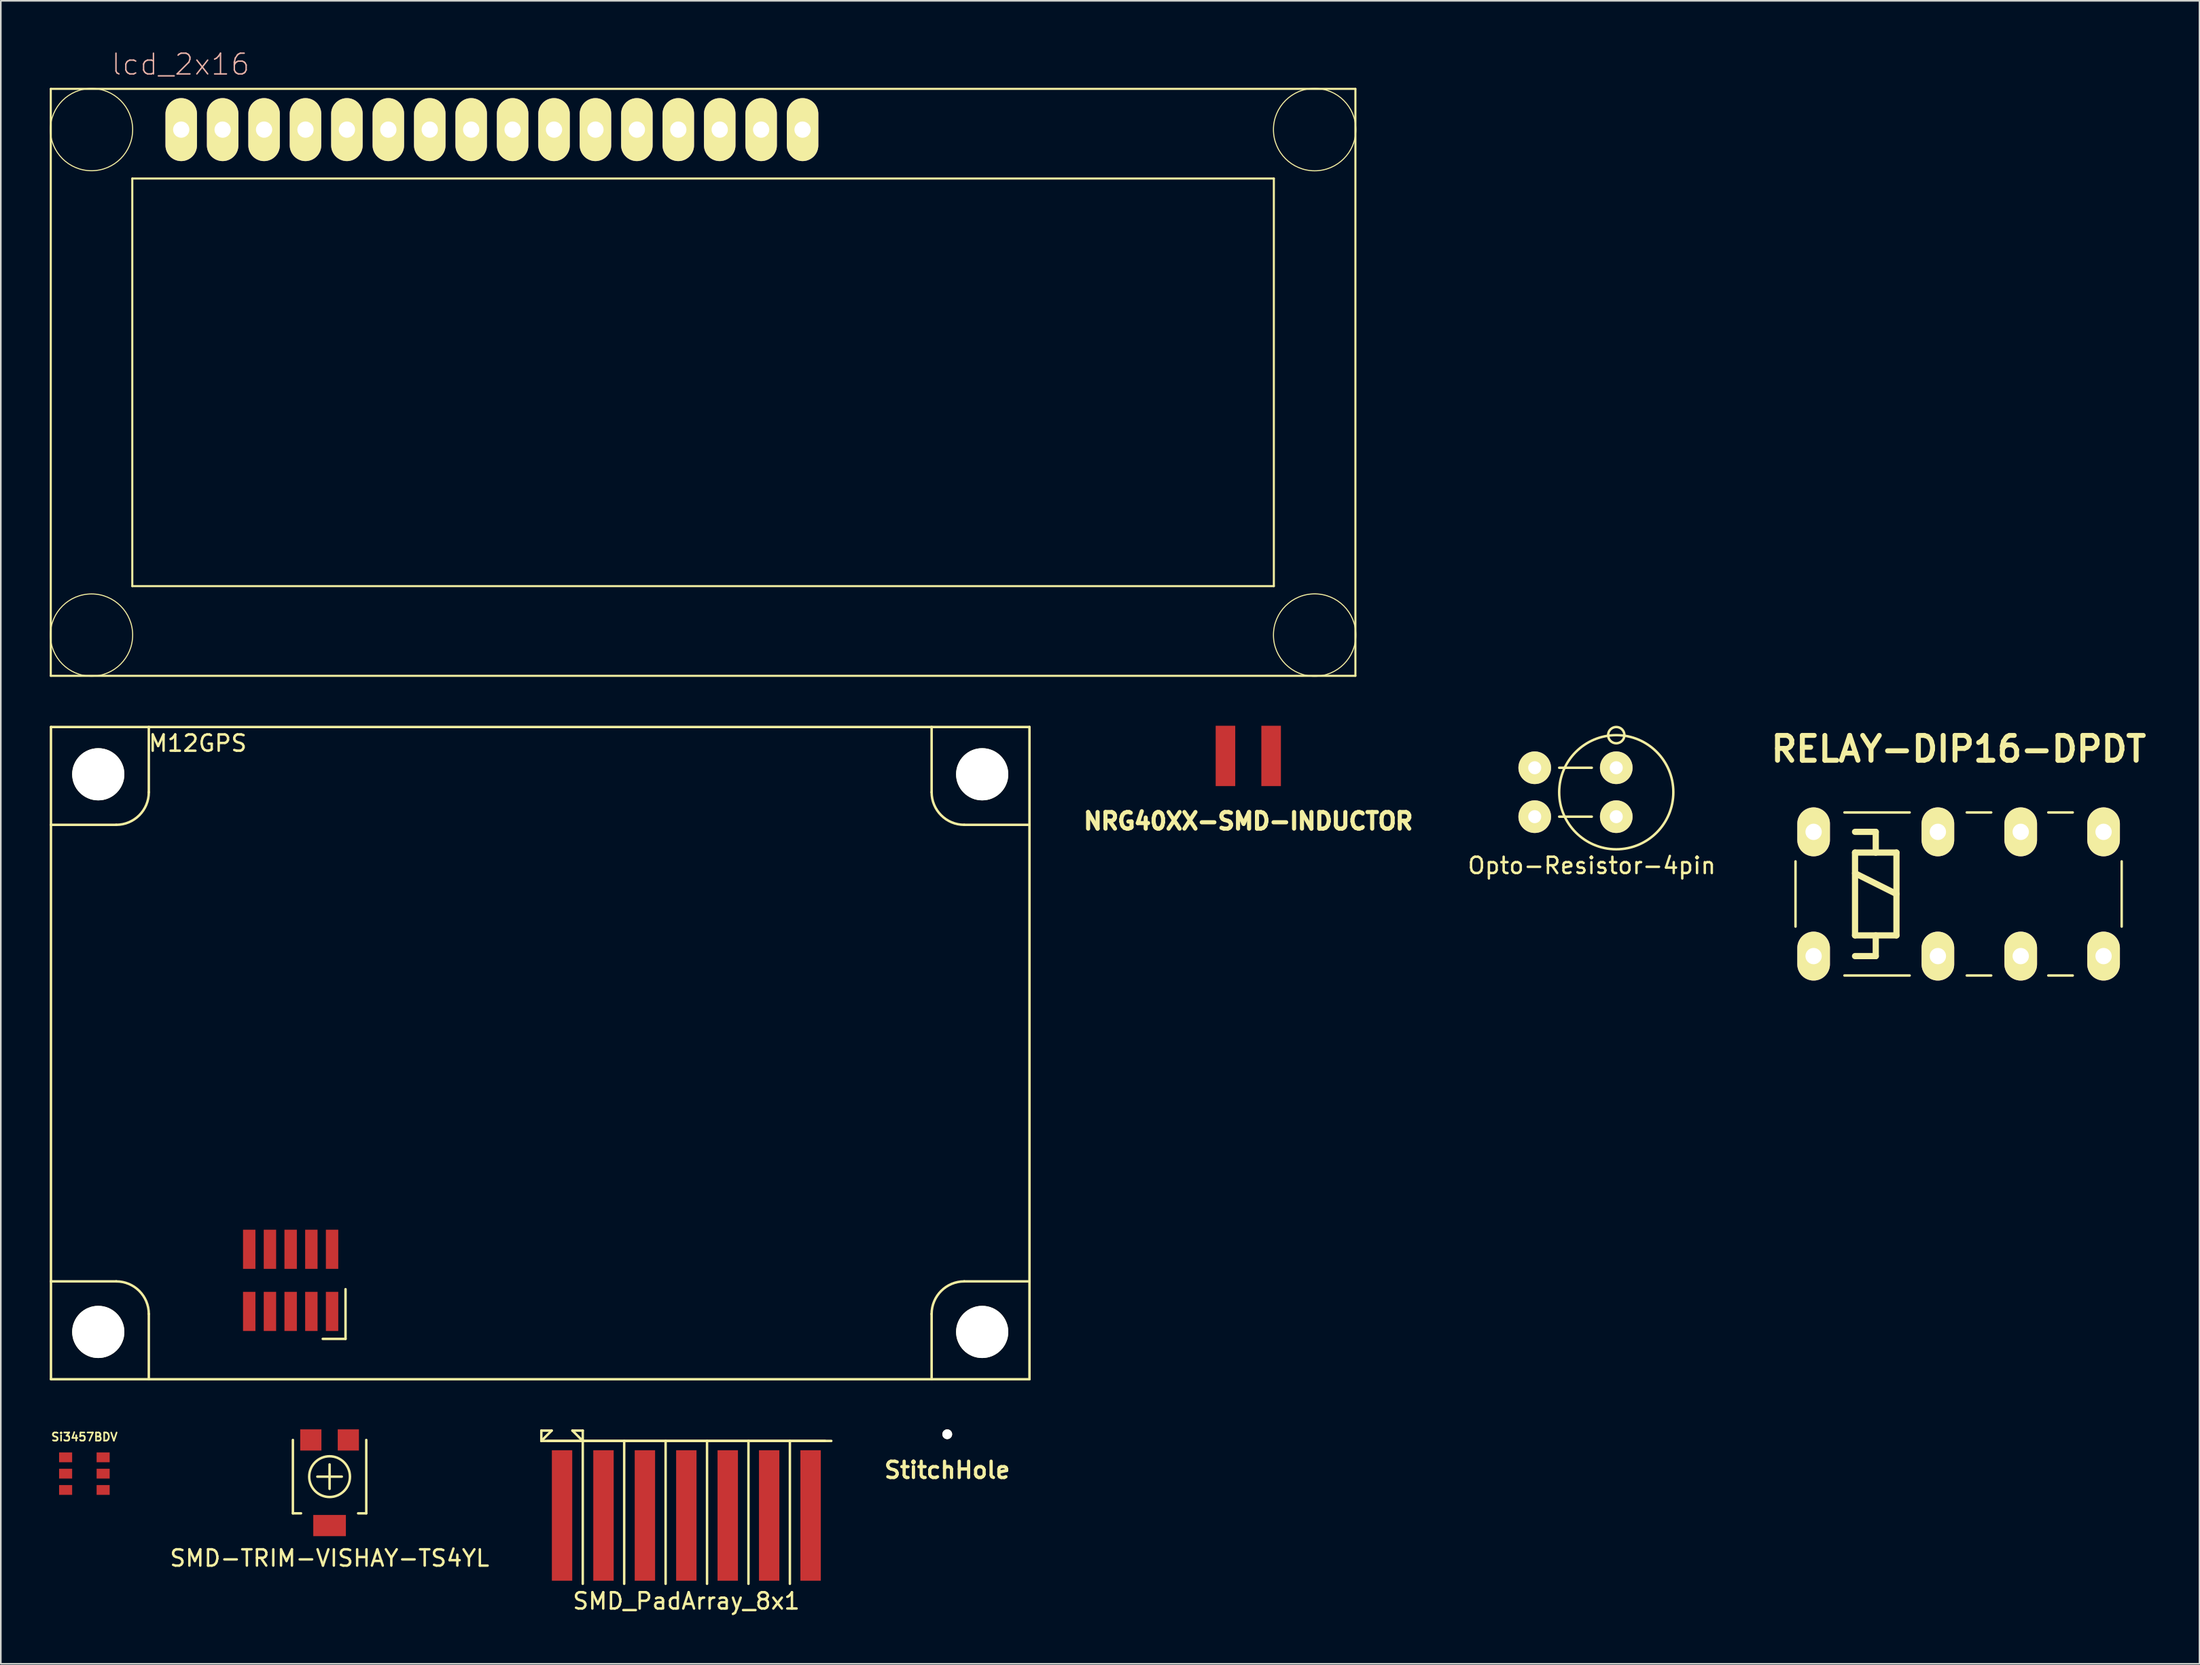
<source format=kicad_pcb>
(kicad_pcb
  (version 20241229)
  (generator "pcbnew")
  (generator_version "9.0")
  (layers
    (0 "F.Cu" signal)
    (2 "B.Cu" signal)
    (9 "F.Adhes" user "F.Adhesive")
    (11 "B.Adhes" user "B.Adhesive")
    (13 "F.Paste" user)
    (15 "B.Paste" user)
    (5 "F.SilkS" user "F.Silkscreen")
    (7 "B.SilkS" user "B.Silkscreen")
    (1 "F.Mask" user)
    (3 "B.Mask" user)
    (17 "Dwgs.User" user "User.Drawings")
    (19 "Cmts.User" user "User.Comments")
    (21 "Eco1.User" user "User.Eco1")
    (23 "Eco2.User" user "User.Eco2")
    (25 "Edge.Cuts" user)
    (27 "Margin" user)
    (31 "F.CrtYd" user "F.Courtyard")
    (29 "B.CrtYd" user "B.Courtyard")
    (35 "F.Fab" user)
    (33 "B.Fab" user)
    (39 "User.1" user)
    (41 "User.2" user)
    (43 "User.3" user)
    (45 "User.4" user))
  (footprint "SMD-TRIM-VISHAY-TS4YL"
    (layer "F.Cu")
    (at 17.159 87.51)
    (property "Reference" "SMD-TRIM-VISHAY-TS4YL" (at 0 5 0) (layer "F.SilkS") (effects (font (size 1 1) (thickness 0.15))))
    (attr through_hole)
    (fp_line (start -2.25 2.25) (end -2.25 -2.25) (stroke (width 0.15) (type solid)) (layer "F.SilkS"))
    (fp_line (start -1.75 2.25) (end -2.25 2.25) (stroke (width 0.15) (type solid)) (layer "F.SilkS"))
    (fp_line (start 0 -0.75) (end 0 0.75) (stroke (width 0.15) (type solid)) (layer "F.SilkS"))
    (fp_line (start 0.75 0) (end -0.75 0) (stroke (width 0.15) (type solid)) (layer "F.SilkS"))
    (fp_line (start 2.25 -2.25) (end 2.25 2.25) (stroke (width 0.15) (type solid)) (layer "F.SilkS"))
    (fp_line (start 2.25 2.25) (end 1.75 2.25) (stroke (width 0.15) (type solid)) (layer "F.SilkS"))
    (fp_circle (center 0 0) (end 1.25 0) (stroke (width 0.15) (type solid)) (fill no) (layer "F.SilkS"))
    (pad "1" smd rect (at -1.15 -2.25) (size 1.3 1.3) (layers "F.Cu" "F.Mask" "F.Paste"))
    (pad "2" smd rect (at 0 3) (size 2 1.3) (layers "F.Cu" "F.Mask" "F.Paste"))
    (pad "3" smd rect (at 1.15 -2.25) (size 1.3 1.3) (layers "F.Cu" "F.Mask" "F.Paste")))
  (footprint "SMD_PadArray_8x1"
    (layer "F.Cu")
    (at 39.034 89.892)
    (property "Reference" "SMD_PadArray_8x1" (at 0 5.25 0) (layer "F.SilkS") (effects (font (size 1 1) (thickness 0.15))))
    (attr through_hole)
    (fp_line (start -8.89 -5.207) (end -8.255 -5.207) (stroke (width 0.15) (type solid)) (layer "F.SilkS"))
    (fp_line (start -8.89 -4.572) (end -8.89 -5.207) (stroke (width 0.15) (type solid)) (layer "F.SilkS"))
    (fp_line (start -8.89 -4.572) (end -8.255 -5.207) (stroke (width 0.15) (type solid)) (layer "F.SilkS"))
    (fp_line (start -8.89 -4.572) (end 8.89 -4.572) (stroke (width 0.15) (type solid)) (layer "F.SilkS"))
    (fp_line (start -6.35 -5.207) (end -6.985 -5.207) (stroke (width 0.15) (type solid)) (layer "F.SilkS"))
    (fp_line (start -6.35 -4.572) (end -6.985 -5.207) (stroke (width 0.15) (type solid)) (layer "F.SilkS"))
    (fp_line (start -6.35 -4.572) (end -6.35 -5.207) (stroke (width 0.15) (type solid)) (layer "F.SilkS"))
    (fp_line (start -6.35 4.191) (end -6.35 -4.572) (stroke (width 0.15) (type solid)) (layer "F.SilkS"))
    (fp_line (start -3.81 4.191) (end -3.81 -4.572) (stroke (width 0.15) (type solid)) (layer "F.SilkS"))
    (fp_line (start -1.27 4.191) (end -1.27 -4.572) (stroke (width 0.15) (type solid)) (layer "F.SilkS"))
    (fp_line (start 1.27 4.191) (end 1.27 -4.572) (stroke (width 0.15) (type solid)) (layer "F.SilkS"))
    (fp_line (start 3.81 4.191) (end 3.81 -4.572) (stroke (width 0.15) (type solid)) (layer "F.SilkS"))
    (fp_line (start 6.35 4.191) (end 6.35 -4.572) (stroke (width 0.15) (type solid)) (layer "F.SilkS"))
    (fp_line (start 8.509 -4.572) (end -8.509 -4.572) (stroke (width 0.15) (type solid)) (layer "F.SilkS"))
    (pad "1" smd rect (at -7.62 0) (size 1.25 8) (layers "F.Cu" "F.Mask" "F.Paste"))
    (pad "2" smd rect (at -5.08 0) (size 1.25 8) (layers "F.Cu" "F.Mask" "F.Paste"))
    (pad "3" smd rect (at -2.54 0) (size 1.25 8) (layers "F.Cu" "F.Mask" "F.Paste"))
    (pad "4" smd rect (at 0 0) (size 1.25 8) (layers "F.Cu" "F.Mask" "F.Paste"))
    (pad "5" smd rect (at 2.54 0) (size 1.25 8) (layers "F.Cu" "F.Mask" "F.Paste"))
    (pad "6" smd rect (at 5.08 0) (size 1.25 8) (layers "F.Cu" "F.Mask" "F.Paste"))
    (pad "7" smd rect (at 7.62 0) (size 1.25 8) (layers "F.Cu" "F.Mask" "F.Paste")))
  (footprint "StitchHole"
    (layer "F.Cu")
    (at 55.033 84.91)
    (property "Reference" "StitchHole" (at 0 2.2 0) (layer "F.SilkS") (effects (font (size 1 1) (thickness 0.2))))
    (attr through_hole)
    (pad "" np_thru_hole circle (at 0 0) (size 0.6 0.6) (drill 0.6) (layers "*.Cu" "*.Mask" "F.SilkS")))
  (footprint "M12GPS"
    (layer "F.Cu")
    (at 30.075 61.535)
    (property "Reference" "M12GPS" (at -21 -19 0) (layer "F.SilkS") (effects (font (size 1 1) (thickness 0.15))))
    (attr through_hole)
    (fp_line (start -30 -20) (end -30 20) (stroke (width 0.15) (type solid)) (layer "F.SilkS"))
    (fp_line (start -30 20) (end 30 20) (stroke (width 0.15) (type solid)) (layer "F.SilkS"))
    (fp_line (start -26 -14) (end -30 -14) (stroke (width 0.15) (type solid)) (layer "F.SilkS"))
    (fp_line (start -26 14) (end -30 14) (stroke (width 0.15) (type solid)) (layer "F.SilkS"))
    (fp_line (start -24 -16) (end -24 -20) (stroke (width 0.15) (type solid)) (layer "F.SilkS"))
    (fp_line (start -24 16) (end -24 20) (stroke (width 0.15) (type solid)) (layer "F.SilkS"))
    (fp_line (start -11.938 14.478) (end -11.938 17.526) (stroke (width 0.15) (type solid)) (layer "F.SilkS"))
    (fp_line (start -11.938 17.526) (end -13.335 17.526) (stroke (width 0.15) (type solid)) (layer "F.SilkS"))
    (fp_line (start 24 -16) (end 24 -20) (stroke (width 0.15) (type solid)) (layer "F.SilkS"))
    (fp_line (start 24 16) (end 24 20) (stroke (width 0.15) (type solid)) (layer "F.SilkS"))
    (fp_line (start 26 -14) (end 30 -14) (stroke (width 0.15) (type solid)) (layer "F.SilkS"))
    (fp_line (start 26 14) (end 30 14) (stroke (width 0.15) (type solid)) (layer "F.SilkS"))
    (fp_line (start 30 -20) (end -30 -20) (stroke (width 0.15) (type solid)) (layer "F.SilkS"))
    (fp_line (start 30 20) (end 30 -20) (stroke (width 0.15) (type solid)) (layer "F.SilkS"))
    (fp_arc (start -26 14) (mid -24.585786 14.585786) (end -24 16) (stroke (width 0.15) (type solid)) (layer "F.SilkS"))
    (fp_arc (start -24 -16) (mid -24.585786 -14.585786) (end -26 -14) (stroke (width 0.15) (type solid)) (layer "F.SilkS"))
    (fp_arc (start 24 16) (mid 24.585786 14.585786) (end 26 14) (stroke (width 0.15) (type solid)) (layer "F.SilkS"))
    (fp_arc (start 26 -14) (mid 24.585786 -14.585786) (end 24 -16) (stroke (width 0.15) (type solid)) (layer "F.SilkS"))
    (pad "" np_thru_hole circle (at -27.1 -17.1) (size 3.2 3.2) (drill 3.2) (layers "*.Cu" "*.Mask" "F.SilkS"))
    (pad "" np_thru_hole circle (at -27.1 17.1) (size 3.2 3.2) (drill 3.2) (layers "*.Cu" "*.Mask" "F.SilkS"))
    (pad "" np_thru_hole circle (at 27.1 -17.1) (size 3.2 3.2) (drill 3.2) (layers "*.Cu" "*.Mask" "F.SilkS"))
    (pad "" np_thru_hole circle (at 27.1 17.1) (size 3.2 3.2) (drill 3.2) (layers "*.Cu" "*.Mask" "F.SilkS"))
    (pad "1" smd rect (at -12.763 15.842 180) (size 0.76 2.4) (layers "F.Cu" "F.Mask" "F.Paste"))
    (pad "2" smd rect (at -12.763 12.032 180) (size 0.76 2.4) (layers "F.Cu" "F.Mask" "F.Paste"))
    (pad "3" smd rect (at -14.033 15.842 180) (size 0.76 2.4) (layers "F.Cu" "F.Mask" "F.Paste"))
    (pad "4" smd rect (at -14.033 12.032 180) (size 0.76 2.4) (layers "F.Cu" "F.Mask" "F.Paste"))
    (pad "5" smd rect (at -15.303 15.842 180) (size 0.76 2.4) (layers "F.Cu" "F.Mask" "F.Paste"))
    (pad "6" smd rect (at -15.303 12.032 180) (size 0.76 2.4) (layers "F.Cu" "F.Mask" "F.Paste"))
    (pad "7" smd rect (at -16.573 15.842 180) (size 0.76 2.4) (layers "F.Cu" "F.Mask" "F.Paste"))
    (pad "8" smd rect (at -16.573 12.032 180) (size 0.76 2.4) (layers "F.Cu" "F.Mask" "F.Paste"))
    (pad "9" smd rect (at -17.843 15.842 180) (size 0.76 2.4) (layers "F.Cu" "F.Mask" "F.Paste"))
    (pad "10" smd rect (at -17.843 12.032 180) (size 0.76 2.4) (layers "F.Cu" "F.Mask" "F.Paste")))
  (footprint "RELAY-DIP16-DPDT"
    (layer "F.Cu")
    (at 117.047 51.776)
    (property "Reference" "RELAY-DIP16-DPDT" (at 0 -8.89 0) (layer "F.SilkS") (effects (font (size 1.524 1.524) (thickness 0.305))))
    (attr through_hole)
    (fp_line (start -10 -2) (end -10 2) (stroke (width 0.15) (type solid)) (layer "F.SilkS"))
    (fp_line (start -7 5) (end -3 5) (stroke (width 0.15) (type solid)) (layer "F.SilkS"))
    (fp_line (start -6.35 -3.81) (end -5.08 -3.81) (stroke (width 0.381) (type solid)) (layer "F.SilkS"))
    (fp_line (start -6.35 -2.54) (end -5.08 -2.54) (stroke (width 0.381) (type solid)) (layer "F.SilkS"))
    (fp_line (start -6.35 -1.27) (end -3.81 0) (stroke (width 0.381) (type solid)) (layer "F.SilkS"))
    (fp_line (start -6.35 2.54) (end -6.35 -2.54) (stroke (width 0.381) (type solid)) (layer "F.SilkS"))
    (fp_line (start -5.08 -3.81) (end -5.08 -2.54) (stroke (width 0.381) (type solid)) (layer "F.SilkS"))
    (fp_line (start -5.08 -2.54) (end -3.81 -2.54) (stroke (width 0.381) (type solid)) (layer "F.SilkS"))
    (fp_line (start -5.08 2.54) (end -5.08 3.81) (stroke (width 0.381) (type solid)) (layer "F.SilkS"))
    (fp_line (start -5.08 3.81) (end -6.35 3.81) (stroke (width 0.381) (type solid)) (layer "F.SilkS"))
    (fp_line (start -3.81 -2.54) (end -3.81 2.54) (stroke (width 0.381) (type solid)) (layer "F.SilkS"))
    (fp_line (start -3.81 2.54) (end -6.35 2.54) (stroke (width 0.381) (type solid)) (layer "F.SilkS"))
    (fp_line (start -3 -5) (end -7 -5) (stroke (width 0.15) (type solid)) (layer "F.SilkS"))
    (fp_line (start 0.5 5) (end 2 5) (stroke (width 0.15) (type solid)) (layer "F.SilkS"))
    (fp_line (start 2 -5) (end 0.5 -5) (stroke (width 0.15) (type solid)) (layer "F.SilkS"))
    (fp_line (start 5.5 5) (end 7 5) (stroke (width 0.15) (type solid)) (layer "F.SilkS"))
    (fp_line (start 7 -5) (end 5.5 -5) (stroke (width 0.15) (type solid)) (layer "F.SilkS"))
    (fp_line (start 10 -2) (end 10 2) (stroke (width 0.15) (type solid)) (layer "F.SilkS"))
    (pad "1" thru_hole oval (at -8.89 3.81) (size 2 3) (drill 1) (layers "*.Cu" "*.Mask" "F.SilkS"))
    (pad "4" thru_hole oval (at -1.27 3.81) (size 2 3) (drill 1) (layers "*.Cu" "*.Mask" "F.SilkS"))
    (pad "6" thru_hole oval (at 3.81 3.81) (size 2 3) (drill 1) (layers "*.Cu" "*.Mask" "F.SilkS"))
    (pad "8" thru_hole oval (at 8.89 3.81) (size 2 3) (drill 1) (layers "*.Cu" "*.Mask" "F.SilkS"))
    (pad "9" thru_hole oval (at 8.89 -3.81) (size 2 3) (drill 1) (layers "*.Cu" "*.Mask" "F.SilkS"))
    (pad "11" thru_hole oval (at 3.81 -3.81) (size 2 3) (drill 1) (layers "*.Cu" "*.Mask" "F.SilkS"))
    (pad "13" thru_hole oval (at -1.27 -3.81) (size 2 3) (drill 1) (layers "*.Cu" "*.Mask" "F.SilkS"))
    (pad "16" thru_hole oval (at -8.89 -3.81) (size 2 3) (drill 1) (layers "*.Cu" "*.Mask" "F.SilkS")))
  (footprint "NRG40XX-SMD-INDUCTOR"
    (layer "F.Cu")
    (at 73.493 43.31)
    (property "Reference" "NRG40XX-SMD-INDUCTOR" (at 0 4 0) (layer "F.SilkS") (effects (font (size 1.016 1.016) (thickness 0.254))))
    (attr through_hole)
    (pad "1" smd rect (at -1.4 0) (size 1.2 3.7) (layers "F.Cu" "F.Mask" "F.Paste"))
    (pad "2" smd rect (at 1.4 0) (size 1.2 3.7) (layers "F.Cu" "F.Mask" "F.Paste")))
  (footprint "Opto-Resistor-4pin"
    (layer "F.Cu")
    (at 94.556 45.535)
    (property "Reference" "Opto-Resistor-4pin" (at 0 4.5 0) (layer "F.SilkS") (effects (font (size 1 1) (thickness 0.15))))
    (attr through_hole)
    (fp_line (start -2 -1.5) (end 0 -1.5) (stroke (width 0.15) (type solid)) (layer "F.SilkS"))
    (fp_line (start -2 1.5) (end 0 1.5) (stroke (width 0.15) (type solid)) (layer "F.SilkS"))
    (fp_circle (center 1.5 -3.5) (end 2 -3.5) (stroke (width 0.15) (type solid)) (fill no) (layer "F.SilkS"))
    (fp_circle (center 1.5 0) (end 5 0) (stroke (width 0.15) (type solid)) (fill no) (layer "F.SilkS"))
    (pad "1" thru_hole circle (at 1.5 -1.5) (size 2 2) (drill 0.8) (layers "*.Cu" "*.Mask" "F.SilkS"))
    (pad "2" thru_hole circle (at 1.5 1.5) (size 2 2) (drill 0.8) (layers "*.Cu" "*.Mask" "F.SilkS"))
    (pad "3" thru_hole circle (at -3.5 1.5) (size 2 2) (drill 0.8) (layers "*.Cu" "*.Mask" "F.SilkS"))
    (pad "4" thru_hole circle (at -3.5 -1.5) (size 2 2) (drill 0.8) (layers "*.Cu" "*.Mask" "F.SilkS")))
  (footprint "Si3457BDV"
    (layer "F.Cu")
    (at 2.124 87.327)
    (property "Reference" "Si3457BDV" (at 0 -2.25 0) (layer "F.SilkS") (effects (font (size 0.5 0.5) (thickness 0.099))))
    (attr through_hole)
    (pad "D" smd rect (at -1.15 -1) (size 0.8 0.6) (layers "F.Cu" "F.Mask" "F.Paste"))
    (pad "D" smd rect (at -1.15 0) (size 0.8 0.6) (layers "F.Cu" "F.Mask" "F.Paste"))
    (pad "D" smd rect (at 1.15 -1) (size 0.8 0.6) (layers "F.Cu" "F.Mask" "F.Paste"))
    (pad "D" smd rect (at 1.15 0) (size 0.8 0.6) (layers "F.Cu" "F.Mask" "F.Paste"))
    (pad "G" smd rect (at -1.15 1) (size 0.8 0.6) (layers "F.Cu" "F.Mask" "F.Paste"))
    (pad "S" smd rect (at 1.15 1) (size 0.8 0.6) (layers "F.Cu" "F.Mask" "F.Paste")))
  (footprint "lcd_2x16"
    (layer "F.Cu")
    (at 7.022 5.399)
    (property "Reference" "lcd_2x16" (at 1 -4.5 0) (layer "B.SilkS") (effects (font (size 1.27 1.27) (thickness 0.089))))
    (attr exclude_from_pos_files exclude_from_bom)
    (fp_line (start -6.958 -2.999) (end 73.039 -2.999) (stroke (width 0.127) (type solid)) (layer "F.SilkS"))
    (fp_line (start -6.958 32.998) (end -6.958 -2.999) (stroke (width 0.127) (type solid)) (layer "F.SilkS"))
    (fp_line (start -1.96 2.5) (end -1.96 27.498) (stroke (width 0.127) (type solid)) (layer "F.SilkS"))
    (fp_line (start -1.96 2.5) (end 68.038 2.5) (stroke (width 0.127) (type solid)) (layer "F.SilkS"))
    (fp_line (start -1.96 27.498) (end 68.038 27.498) (stroke (width 0.127) (type solid)) (layer "F.SilkS"))
    (fp_line (start 68.038 2.5) (end 68.038 27.498) (stroke (width 0.127) (type solid)) (layer "F.SilkS"))
    (fp_line (start 73.039 -2.999) (end 73.039 32.998) (stroke (width 0.127) (type solid)) (layer "F.SilkS"))
    (fp_line (start 73.039 32.998) (end -6.958 32.998) (stroke (width 0.127) (type solid)) (layer "F.SilkS"))
    (fp_circle (center -4.459 -0.5) (end -6.242 1.283) (stroke (width 0.064) (type solid)) (fill no) (layer "F.SilkS"))
    (fp_circle (center -4.459 30.498) (end -6.242 32.281) (stroke (width 0.064) (type solid)) (fill no) (layer "F.SilkS"))
    (fp_circle (center 70.539 -0.5) (end 72.325 1.286) (stroke (width 0.064) (type solid)) (fill no) (layer "F.SilkS"))
    (fp_circle (center 70.539 30.498) (end 72.325 32.284) (stroke (width 0.064) (type solid)) (fill no) (layer "F.SilkS"))
    (pad "1" thru_hole oval (at 1.04 -0.5) (size 1.93 3.861) (drill 0.998) (layers "*.Cu" "F.Mask" "F.SilkS" "F.Paste"))
    (pad "2" thru_hole oval (at 3.58 -0.5) (size 1.93 3.861) (drill 0.998) (layers "*.Cu" "F.Mask" "F.SilkS" "F.Paste"))
    (pad "3" thru_hole oval (at 6.12 -0.5) (size 1.93 3.861) (drill 0.998) (layers "*.Cu" "F.Mask" "F.SilkS" "F.Paste"))
    (pad "4" thru_hole oval (at 8.66 -0.5) (size 1.93 3.861) (drill 0.998) (layers "*.Cu" "F.Mask" "F.SilkS" "F.Paste"))
    (pad "5" thru_hole oval (at 11.2 -0.5) (size 1.93 3.861) (drill 0.998) (layers "*.Cu" "F.Mask" "F.SilkS" "F.Paste"))
    (pad "6" thru_hole oval (at 13.74 -0.5) (size 1.93 3.861) (drill 0.998) (layers "*.Cu" "F.Mask" "F.SilkS" "F.Paste"))
    (pad "7" thru_hole oval (at 16.28 -0.5) (size 1.93 3.861) (drill 0.998) (layers "*.Cu" "F.Mask" "F.SilkS" "F.Paste"))
    (pad "8" thru_hole oval (at 18.82 -0.5) (size 1.93 3.861) (drill 0.998) (layers "*.Cu" "F.Mask" "F.SilkS" "F.Paste"))
    (pad "9" thru_hole oval (at 21.36 -0.5) (size 1.93 3.861) (drill 0.998) (layers "*.Cu" "F.Mask" "F.SilkS" "F.Paste"))
    (pad "10" thru_hole oval (at 23.9 -0.5) (size 1.93 3.861) (drill 0.998) (layers "*.Cu" "F.Mask" "F.SilkS" "F.Paste"))
    (pad "11" thru_hole oval (at 26.44 -0.5) (size 1.93 3.861) (drill 0.998) (layers "*.Cu" "F.Mask" "F.SilkS" "F.Paste"))
    (pad "12" thru_hole oval (at 28.98 -0.5) (size 1.93 3.861) (drill 0.998) (layers "*.Cu" "F.Mask" "F.SilkS" "F.Paste"))
    (pad "13" thru_hole oval (at 31.52 -0.5) (size 1.93 3.861) (drill 0.998) (layers "*.Cu" "F.Mask" "F.SilkS" "F.Paste"))
    (pad "14" thru_hole oval (at 34.06 -0.5) (size 1.93 3.861) (drill 0.998) (layers "*.Cu" "F.Mask" "F.SilkS" "F.Paste"))
    (pad "15" thru_hole oval (at 36.6 -0.5) (size 1.93 3.861) (drill 0.998) (layers "*.Cu" "F.Mask" "F.SilkS" "F.Paste"))
    (pad "16" thru_hole oval (at 39.14 -0.5) (size 1.93 3.861) (drill 0.998) (layers "*.Cu" "F.Mask" "F.SilkS" "F.Paste")))
  (gr_rect
    (start -3 -3)
    (end 131.818 98.99)
    (stroke (width 0.1) (type default))
    (fill no)
    (layer "Edge.Cuts")))
</source>
